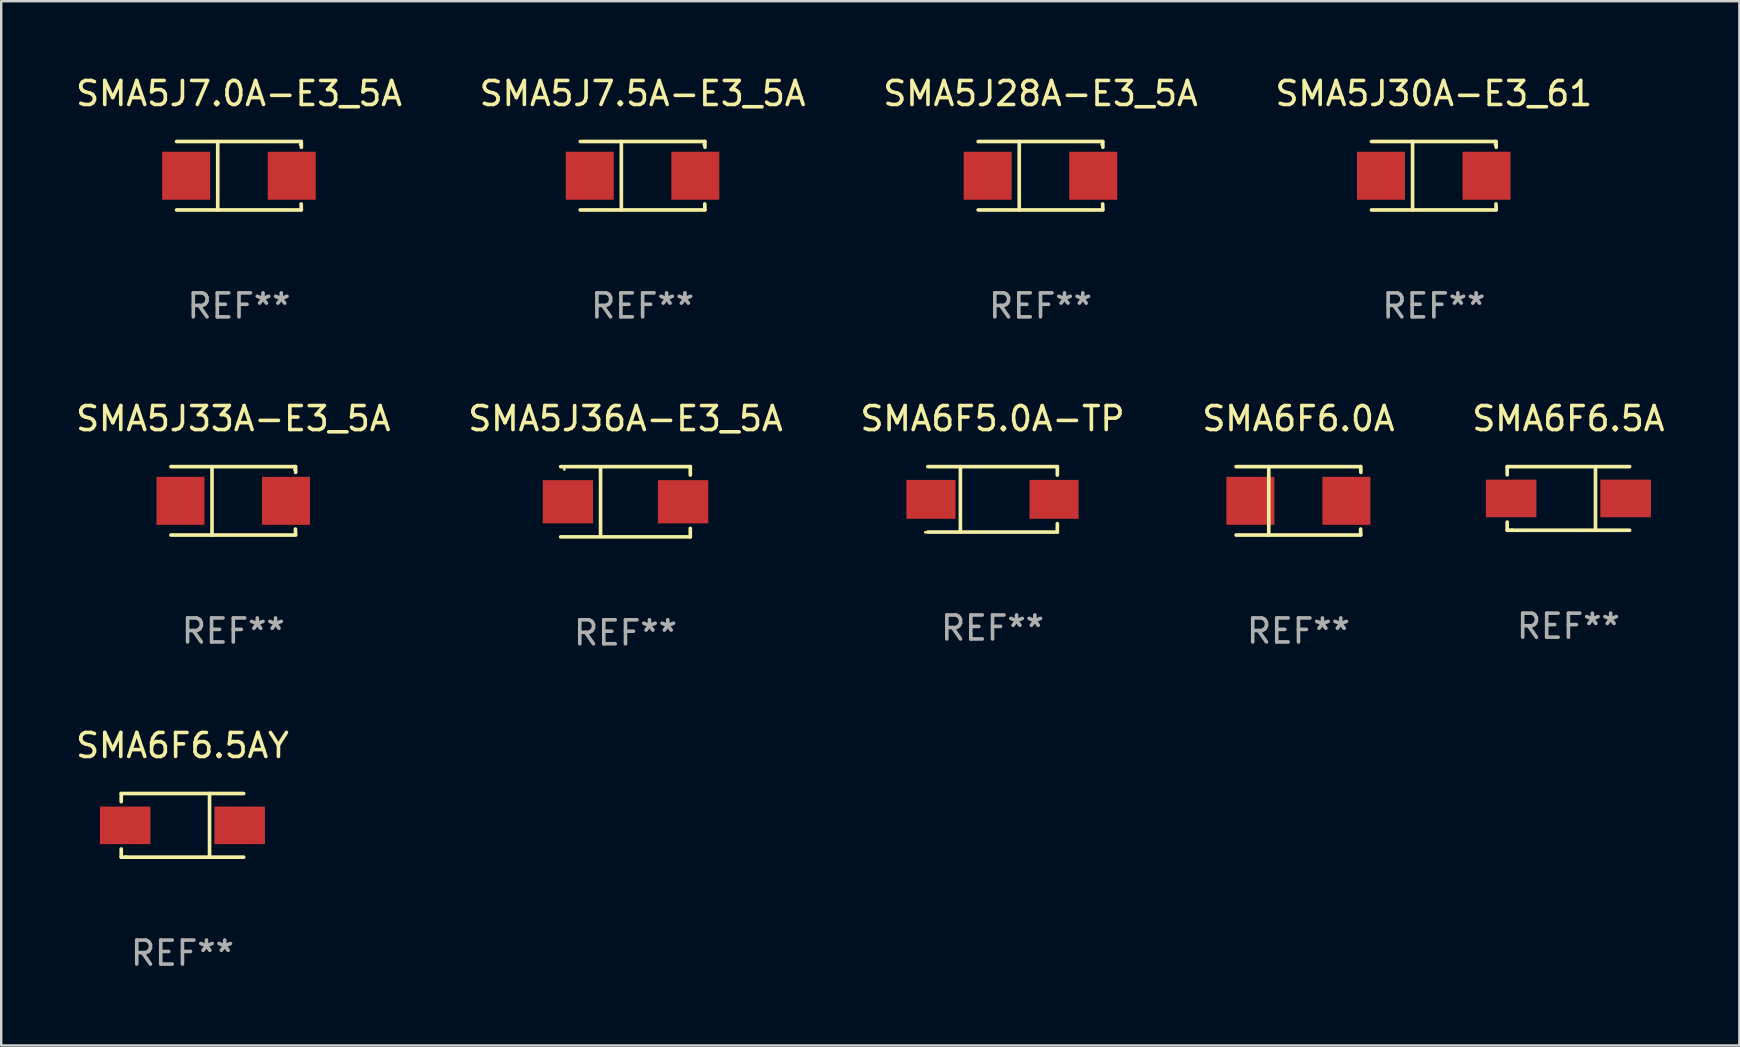
<source format=kicad_pcb>
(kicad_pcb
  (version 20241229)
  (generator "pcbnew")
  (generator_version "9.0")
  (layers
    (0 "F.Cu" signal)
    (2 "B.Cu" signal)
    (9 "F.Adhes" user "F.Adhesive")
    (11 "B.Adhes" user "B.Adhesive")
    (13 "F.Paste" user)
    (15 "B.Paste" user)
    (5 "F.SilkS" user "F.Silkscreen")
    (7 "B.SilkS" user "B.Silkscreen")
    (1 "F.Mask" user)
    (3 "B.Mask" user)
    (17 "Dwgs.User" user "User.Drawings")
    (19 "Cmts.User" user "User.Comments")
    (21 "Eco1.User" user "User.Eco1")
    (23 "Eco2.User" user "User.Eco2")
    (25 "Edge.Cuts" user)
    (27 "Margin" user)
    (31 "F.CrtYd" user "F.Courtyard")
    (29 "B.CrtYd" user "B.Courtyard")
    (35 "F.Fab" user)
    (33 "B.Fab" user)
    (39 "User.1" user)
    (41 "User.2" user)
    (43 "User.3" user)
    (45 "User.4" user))
  (footprint "SMA6F5.0A-TP"
    (layer "F.Cu")
    (at 38.315 17.761)
    (property "Reference" "SMA6F5.0A-TP" (at 0 -3.364 0) (layer "F.SilkS") (effects (font (size 1 1) (thickness 0.15))))
    (attr through_hole)
    (fp_line (start -2.701 -1.364) (end 2.701 -1.364) (stroke (width 0.152) (type solid)) (layer "F.SilkS"))
    (fp_line (start -2.701 1.364) (end 2.701 1.364) (stroke (width 0.152) (type solid)) (layer "F.SilkS"))
    (fp_line (start -1.339 -1.364) (end -1.339 1.364) (stroke (width 0.152) (type solid)) (layer "F.SilkS"))
    (fp_line (start 2.701 -1.364) (end 2.701 -1.013) (stroke (width 0.152) (type solid)) (layer "F.SilkS"))
    (fp_line (start 2.701 1.364) (end 2.701 1.013) (stroke (width 0.152) (type solid)) (layer "F.SilkS"))
    (fp_circle (center -2.8 1.375) (end -2.77 1.375) (stroke (width 0.06) (type solid)) (fill no) (layer "F.SilkS"))
    (fp_text user "REF**" (at 0 5.364 0) (layer "F.Fab") (effects (font (size 1 1) (thickness 0.15))))
    (pad "1" smd rect (at -2.565 -0.000025) (size 2.046 1.62) (layers "F.Cu" "F.Mask" "F.Paste"))
    (pad "2" smd rect (at 2.565 -0.000025) (size 2.046 1.62) (layers "F.Cu" "F.Mask" "F.Paste")))
  (footprint "SMA5J36A-E3_5A"
    (layer "F.Cu")
    (at 23.018 17.861)
    (property "Reference" "SMA5J36A-E3_5A" (at 0 -3.464 0) (layer "F.SilkS") (effects (font (size 1 1) (thickness 0.15))))
    (attr through_hole)
    (fp_line (start -2.701 -1.464) (end 2.701 -1.464) (stroke (width 0.152) (type solid)) (layer "F.SilkS"))
    (fp_line (start -2.701 1.464) (end 2.701 1.464) (stroke (width 0.152) (type solid)) (layer "F.SilkS"))
    (fp_line (start -1.039 -1.364) (end -1.039 1.364) (stroke (width 0.152) (type solid)) (layer "F.SilkS"))
    (fp_line (start 2.701 -1.464) (end 2.701 -1.113) (stroke (width 0.152) (type solid)) (layer "F.SilkS"))
    (fp_line (start 2.701 1.464) (end 2.701 1.113) (stroke (width 0.152) (type solid)) (layer "F.SilkS"))
    (fp_circle (center -2.55 -1.35) (end -2.52 -1.35) (stroke (width 0.06) (type solid)) (fill no) (layer "F.SilkS"))
    (fp_text user "REF**" (at 0 5.464 0) (layer "F.Fab") (effects (font (size 1 1) (thickness 0.15))))
    (pad "1" smd rect (at -2.4 0) (size 2.1 1.8) (layers "F.Cu" "F.Mask" "F.Paste"))
    (pad "2" smd rect (at 2.4 0) (size 2.1 1.8) (layers "F.Cu" "F.Mask" "F.Paste")))
  (footprint "SMA6F6.5A"
    (layer "F.Cu")
    (at 62.315 17.723)
    (property "Reference" "SMA6F6.5A" (at 0 -3.326 0) (layer "F.SilkS") (effects (font (size 1 1) (thickness 0.15))))
    (attr through_hole)
    (fp_line (start -2.551 -1.326) (end -2.551 -0.986) (stroke (width 0.152) (type solid)) (layer "F.SilkS"))
    (fp_line (start -2.551 1.326) (end -2.551 0.986) (stroke (width 0.152) (type solid)) (layer "F.SilkS"))
    (fp_line (start 1.129 1.326) (end 1.129 -1.326) (stroke (width 0.152) (type solid)) (layer "F.SilkS"))
    (fp_line (start 2.551 -1.326) (end -2.551 -1.326) (stroke (width 0.152) (type solid)) (layer "F.SilkS"))
    (fp_line (start 2.551 1.326) (end -2.551 1.326) (stroke (width 0.152) (type solid)) (layer "F.SilkS"))
    (fp_circle (center -2.35 1.3) (end -2.32 1.3) (stroke (width 0.06) (type solid)) (fill no) (layer "F.SilkS"))
    (fp_text user "REF**" (at 0 5.326 0) (layer "F.Fab") (effects (font (size 1 1) (thickness 0.15))))
    (pad "1" smd rect (at -2.386 0) (size 2.107 1.566) (layers "F.Cu" "F.Mask" "F.Paste"))
    (pad "2" smd rect (at 2.386 0) (size 2.107 1.566) (layers "F.Cu" "F.Mask" "F.Paste")))
  (footprint "SMA5J30A-E3_61"
    (layer "F.Cu")
    (at 56.708 4.274)
    (property "Reference" "SMA5J30A-E3_61" (at 0 -3.426 0) (layer "F.SilkS") (effects (font (size 1 1) (thickness 0.15))))
    (attr through_hole)
    (fp_line (start -2.6 -1.426) (end 2.593 -1.426) (stroke (width 0.152) (type solid)) (layer "F.SilkS"))
    (fp_line (start -2.6 1.426) (end 2.593 1.426) (stroke (width 0.152) (type solid)) (layer "F.SilkS"))
    (fp_line (start -0.887 -1.426) (end -0.887 1.426) (stroke (width 0.152) (type solid)) (layer "F.SilkS"))
    (fp_line (start 2.59 1.176) (end 2.597 1.415) (stroke (width 0.152) (type solid)) (layer "F.SilkS"))
    (fp_line (start 2.593 -1.426) (end 2.6 -1.187) (stroke (width 0.152) (type solid)) (layer "F.SilkS"))
    (fp_circle (center 2.547 -1.3) (end 2.577 -1.3) (stroke (width 0.06) (type solid)) (fill no) (layer "F.SilkS"))
    (fp_text user "REF**" (at 0 5.426 0) (layer "F.Fab") (effects (font (size 1 1) (thickness 0.15))))
    (pad "1" smd rect (at 2.197 -0.000025 180) (size 2 2) (layers "F.Cu" "F.Mask" "F.Paste"))
    (pad "2" smd rect (at -2.203 -0.000025 180) (size 2 2) (layers "F.Cu" "F.Mask" "F.Paste")))
  (footprint "SMA5J33A-E3_5A"
    (layer "F.Cu")
    (at 6.673 17.823)
    (property "Reference" "SMA5J33A-E3_5A" (at 0 -3.426 0) (layer "F.SilkS") (effects (font (size 1 1) (thickness 0.15))))
    (attr through_hole)
    (fp_line (start -2.6 -1.426) (end 2.593 -1.426) (stroke (width 0.152) (type solid)) (layer "F.SilkS"))
    (fp_line (start -2.6 1.426) (end 2.593 1.426) (stroke (width 0.152) (type solid)) (layer "F.SilkS"))
    (fp_line (start -0.887 -1.426) (end -0.887 1.426) (stroke (width 0.152) (type solid)) (layer "F.SilkS"))
    (fp_line (start 2.59 1.176) (end 2.597 1.415) (stroke (width 0.152) (type solid)) (layer "F.SilkS"))
    (fp_line (start 2.593 -1.426) (end 2.6 -1.187) (stroke (width 0.152) (type solid)) (layer "F.SilkS"))
    (fp_circle (center 2.547 -1.3) (end 2.577 -1.3) (stroke (width 0.06) (type solid)) (fill no) (layer "F.SilkS"))
    (fp_text user "REF**" (at 0 5.426 0) (layer "F.Fab") (effects (font (size 1 1) (thickness 0.15))))
    (pad "1" smd rect (at 2.197 -0.000025 180) (size 2 2) (layers "F.Cu" "F.Mask" "F.Paste"))
    (pad "2" smd rect (at -2.203 -0.000025 180) (size 2 2) (layers "F.Cu" "F.Mask" "F.Paste")))
  (footprint "SMA5J28A-E3_5A"
    (layer "F.Cu")
    (at 40.315 4.274)
    (property "Reference" "SMA5J28A-E3_5A" (at 0 -3.426 0) (layer "F.SilkS") (effects (font (size 1 1) (thickness 0.15))))
    (attr through_hole)
    (fp_line (start -2.6 -1.426) (end 2.593 -1.426) (stroke (width 0.152) (type solid)) (layer "F.SilkS"))
    (fp_line (start -2.6 1.426) (end 2.593 1.426) (stroke (width 0.152) (type solid)) (layer "F.SilkS"))
    (fp_line (start -0.887 -1.426) (end -0.887 1.426) (stroke (width 0.152) (type solid)) (layer "F.SilkS"))
    (fp_line (start 2.59 1.176) (end 2.597 1.415) (stroke (width 0.152) (type solid)) (layer "F.SilkS"))
    (fp_line (start 2.593 -1.426) (end 2.6 -1.187) (stroke (width 0.152) (type solid)) (layer "F.SilkS"))
    (fp_circle (center 2.547 -1.3) (end 2.577 -1.3) (stroke (width 0.06) (type solid)) (fill no) (layer "F.SilkS"))
    (fp_text user "REF**" (at 0 5.426 0) (layer "F.Fab") (effects (font (size 1 1) (thickness 0.15))))
    (pad "1" smd rect (at 2.197 -0.000025 180) (size 2 2) (layers "F.Cu" "F.Mask" "F.Paste"))
    (pad "2" smd rect (at -2.203 -0.000025 180) (size 2 2) (layers "F.Cu" "F.Mask" "F.Paste")))
  (footprint "SMA5J7.0A-E3_5A"
    (layer "F.Cu")
    (at 6.911 4.274)
    (property "Reference" "SMA5J7.0A-E3_5A" (at 0 -3.426 0) (layer "F.SilkS") (effects (font (size 1 1) (thickness 0.15))))
    (attr through_hole)
    (fp_line (start -2.6 -1.426) (end 2.593 -1.426) (stroke (width 0.152) (type solid)) (layer "F.SilkS"))
    (fp_line (start -2.6 1.426) (end 2.593 1.426) (stroke (width 0.152) (type solid)) (layer "F.SilkS"))
    (fp_line (start -0.887 -1.426) (end -0.887 1.426) (stroke (width 0.152) (type solid)) (layer "F.SilkS"))
    (fp_line (start 2.59 1.176) (end 2.597 1.415) (stroke (width 0.152) (type solid)) (layer "F.SilkS"))
    (fp_line (start 2.593 -1.426) (end 2.6 -1.187) (stroke (width 0.152) (type solid)) (layer "F.SilkS"))
    (fp_circle (center 2.547 -1.3) (end 2.577 -1.3) (stroke (width 0.06) (type solid)) (fill no) (layer "F.SilkS"))
    (fp_text user "REF**" (at 0 5.426 0) (layer "F.Fab") (effects (font (size 1 1) (thickness 0.15))))
    (pad "1" smd rect (at 2.197 -0.000025 180) (size 2 2) (layers "F.Cu" "F.Mask" "F.Paste"))
    (pad "2" smd rect (at -2.203 -0.000025 180) (size 2 2) (layers "F.Cu" "F.Mask" "F.Paste")))
  (footprint "SMA5J7.5A-E3_5A"
    (layer "F.Cu")
    (at 23.732 4.274)
    (property "Reference" "SMA5J7.5A-E3_5A" (at 0 -3.426 0) (layer "F.SilkS") (effects (font (size 1 1) (thickness 0.15))))
    (attr through_hole)
    (fp_line (start -2.6 -1.426) (end 2.593 -1.426) (stroke (width 0.152) (type solid)) (layer "F.SilkS"))
    (fp_line (start -2.6 1.426) (end 2.593 1.426) (stroke (width 0.152) (type solid)) (layer "F.SilkS"))
    (fp_line (start -0.887 -1.426) (end -0.887 1.426) (stroke (width 0.152) (type solid)) (layer "F.SilkS"))
    (fp_line (start 2.59 1.176) (end 2.597 1.415) (stroke (width 0.152) (type solid)) (layer "F.SilkS"))
    (fp_line (start 2.593 -1.426) (end 2.6 -1.187) (stroke (width 0.152) (type solid)) (layer "F.SilkS"))
    (fp_circle (center 2.547 -1.3) (end 2.577 -1.3) (stroke (width 0.06) (type solid)) (fill no) (layer "F.SilkS"))
    (fp_text user "REF**" (at 0 5.426 0) (layer "F.Fab") (effects (font (size 1 1) (thickness 0.15))))
    (pad "1" smd rect (at 2.197 -0.000025 180) (size 2 2) (layers "F.Cu" "F.Mask" "F.Paste"))
    (pad "2" smd rect (at -2.203 -0.000025 180) (size 2 2) (layers "F.Cu" "F.Mask" "F.Paste")))
  (footprint "SMA6F6.5AY"
    (layer "F.Cu")
    (at 4.554 31.347)
    (property "Reference" "SMA6F6.5AY" (at 0 -3.326 0) (layer "F.SilkS") (effects (font (size 1 1) (thickness 0.15))))
    (attr through_hole)
    (fp_line (start -2.551 -1.326) (end -2.551 -0.986) (stroke (width 0.152) (type solid)) (layer "F.SilkS"))
    (fp_line (start -2.551 1.326) (end -2.551 0.986) (stroke (width 0.152) (type solid)) (layer "F.SilkS"))
    (fp_line (start 1.129 1.326) (end 1.129 -1.326) (stroke (width 0.152) (type solid)) (layer "F.SilkS"))
    (fp_line (start 2.551 -1.326) (end -2.551 -1.326) (stroke (width 0.152) (type solid)) (layer "F.SilkS"))
    (fp_line (start 2.551 1.326) (end -2.551 1.326) (stroke (width 0.152) (type solid)) (layer "F.SilkS"))
    (fp_circle (center -2.35 1.3) (end -2.32 1.3) (stroke (width 0.06) (type solid)) (fill no) (layer "F.SilkS"))
    (fp_text user "REF**" (at 0 5.326 0) (layer "F.Fab") (effects (font (size 1 1) (thickness 0.15))))
    (pad "1" smd rect (at -2.386 0) (size 2.107 1.566) (layers "F.Cu" "F.Mask" "F.Paste"))
    (pad "2" smd rect (at 2.386 0) (size 2.107 1.566) (layers "F.Cu" "F.Mask" "F.Paste")))
  (footprint "SMA6F6.0A"
    (layer "F.Cu")
    (at 51.065 17.823)
    (property "Reference" "SMA6F6.0A" (at 0 -3.426 0) (layer "F.SilkS") (effects (font (size 1 1) (thickness 0.15))))
    (attr through_hole)
    (fp_line (start -2.6 -1.426) (end 2.593 -1.426) (stroke (width 0.152) (type solid)) (layer "F.SilkS"))
    (fp_line (start -2.6 1.426) (end 2.593 1.426) (stroke (width 0.152) (type solid)) (layer "F.SilkS"))
    (fp_line (start -1.237 -1.426) (end -1.237 1.426) (stroke (width 0.152) (type solid)) (layer "F.SilkS"))
    (fp_line (start 2.59 1.176) (end 2.597 1.415) (stroke (width 0.152) (type solid)) (layer "F.SilkS"))
    (fp_line (start 2.593 -1.426) (end 2.6 -1.187) (stroke (width 0.152) (type solid)) (layer "F.SilkS"))
    (fp_circle (center 2.602 -1.3) (end 2.632 -1.3) (stroke (width 0.06) (type solid)) (fill no) (layer "F.SilkS"))
    (fp_text user "REF**" (at 0 5.426 0) (layer "F.Fab") (effects (font (size 1 1) (thickness 0.15))))
    (pad "1" smd rect (at 1.997 0 180) (size 2 2) (layers "F.Cu" "F.Mask" "F.Paste"))
    (pad "2" smd rect (at -2.004 0 180) (size 2 2) (layers "F.Cu" "F.Mask" "F.Paste")))
  (gr_rect
    (start -3 -3)
    (end 69.44 40.522)
    (stroke (width 0.1) (type default))
    (fill no)
    (layer "Edge.Cuts")))
</source>
